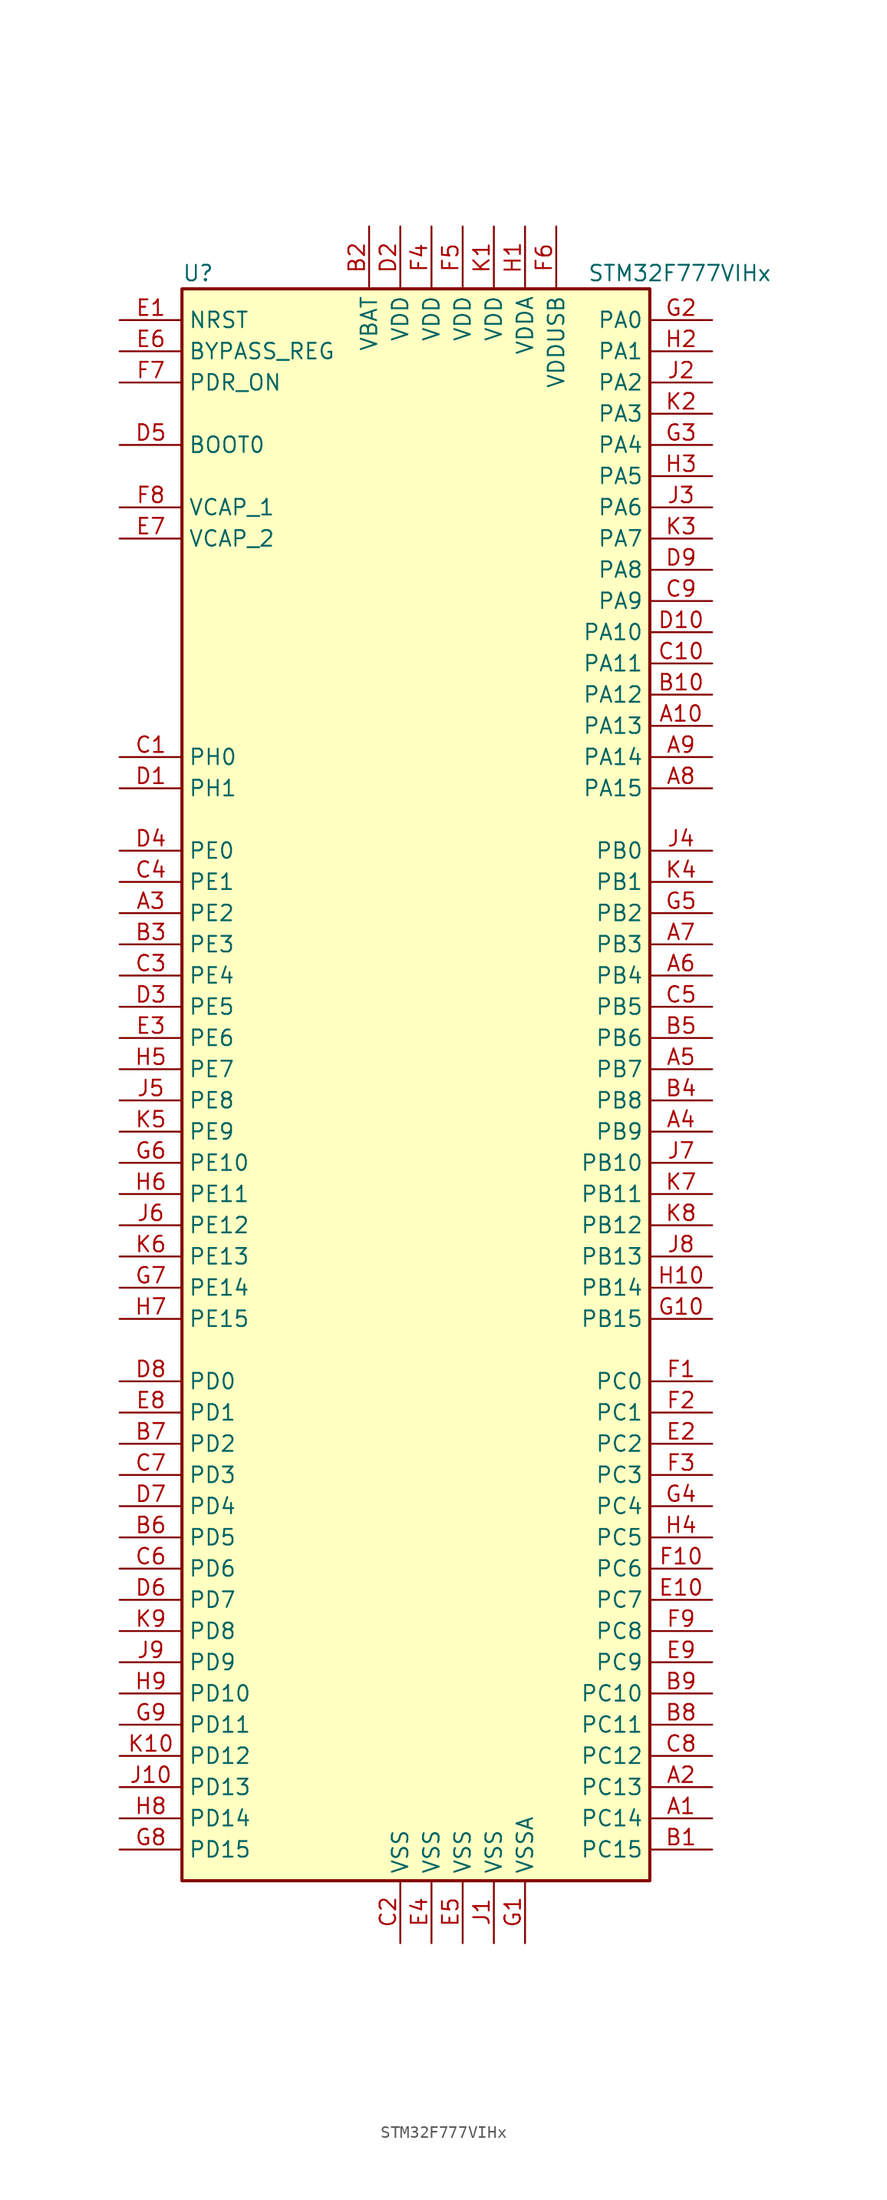
<source format=kicad_sym>
(kicad_symbol_lib
  (version 20201005)
  (generator kicad_symbol_editor)
  (symbol "STM32F777VIHx"
    (property "Reference" "U"
      (at -20.32 64.77 0)
      (effects (font (size 1.27 1.27)) (justify left)))
    (property "Value" "STM32F777VIHx"
      (at 12.7 64.77 0)
      (effects (font (size 1.27 1.27)) (justify left)))
    (symbol "STM32F777VIHx_0_1"
      (rectangle (start -20.32 -66.04) (end 17.78 63.5) (stroke (width 0.254)) (fill (type background))))
    (symbol "STM32F777VIHx_1_1"
      (pin input line (at -25.4 50.8 0) (length 5.08) (name "BOOT0" (effects (font (size 1.27 1.27)))) (number "D5" (effects (font (size 1.27 1.27)))))
      (pin input line (at -25.4 58.42 0) (length 5.08) (name "BYPASS_REG" (effects (font (size 1.27 1.27)))) (number "E6" (effects (font (size 1.27 1.27)))))
      (pin input line (at -25.4 60.96 0) (length 5.08) (name "NRST" (effects (font (size 1.27 1.27)))) (number "E1" (effects (font (size 1.27 1.27)))))
      (pin bidirectional line (at 22.86 60.96 180) (length 5.08) (name "PA0" (effects (font (size 1.27 1.27)))) (number "G2" (effects (font (size 1.27 1.27)))))
      (pin bidirectional line (at 22.86 58.42 180) (length 5.08) (name "PA1" (effects (font (size 1.27 1.27)))) (number "H2" (effects (font (size 1.27 1.27)))))
      (pin bidirectional line (at 22.86 35.56 180) (length 5.08) (name "PA10" (effects (font (size 1.27 1.27)))) (number "D10" (effects (font (size 1.27 1.27)))))
      (pin bidirectional line (at 22.86 33.02 180) (length 5.08) (name "PA11" (effects (font (size 1.27 1.27)))) (number "C10" (effects (font (size 1.27 1.27)))))
      (pin bidirectional line (at 22.86 30.48 180) (length 5.08) (name "PA12" (effects (font (size 1.27 1.27)))) (number "B10" (effects (font (size 1.27 1.27)))))
      (pin bidirectional line (at 22.86 27.94 180) (length 5.08) (name "PA13" (effects (font (size 1.27 1.27)))) (number "A10" (effects (font (size 1.27 1.27)))))
      (pin bidirectional line (at 22.86 25.4 180) (length 5.08) (name "PA14" (effects (font (size 1.27 1.27)))) (number "A9" (effects (font (size 1.27 1.27)))))
      (pin bidirectional line (at 22.86 22.86 180) (length 5.08) (name "PA15" (effects (font (size 1.27 1.27)))) (number "A8" (effects (font (size 1.27 1.27)))))
      (pin bidirectional line (at 22.86 55.88 180) (length 5.08) (name "PA2" (effects (font (size 1.27 1.27)))) (number "J2" (effects (font (size 1.27 1.27)))))
      (pin bidirectional line (at 22.86 53.34 180) (length 5.08) (name "PA3" (effects (font (size 1.27 1.27)))) (number "K2" (effects (font (size 1.27 1.27)))))
      (pin bidirectional line (at 22.86 50.8 180) (length 5.08) (name "PA4" (effects (font (size 1.27 1.27)))) (number "G3" (effects (font (size 1.27 1.27)))))
      (pin bidirectional line (at 22.86 48.26 180) (length 5.08) (name "PA5" (effects (font (size 1.27 1.27)))) (number "H3" (effects (font (size 1.27 1.27)))))
      (pin bidirectional line (at 22.86 45.72 180) (length 5.08) (name "PA6" (effects (font (size 1.27 1.27)))) (number "J3" (effects (font (size 1.27 1.27)))))
      (pin bidirectional line (at 22.86 43.18 180) (length 5.08) (name "PA7" (effects (font (size 1.27 1.27)))) (number "K3" (effects (font (size 1.27 1.27)))))
      (pin bidirectional line (at 22.86 40.64 180) (length 5.08) (name "PA8" (effects (font (size 1.27 1.27)))) (number "D9" (effects (font (size 1.27 1.27)))))
      (pin bidirectional line (at 22.86 38.1 180) (length 5.08) (name "PA9" (effects (font (size 1.27 1.27)))) (number "C9" (effects (font (size 1.27 1.27)))))
      (pin bidirectional line (at 22.86 17.78 180) (length 5.08) (name "PB0" (effects (font (size 1.27 1.27)))) (number "J4" (effects (font (size 1.27 1.27)))))
      (pin bidirectional line (at 22.86 15.24 180) (length 5.08) (name "PB1" (effects (font (size 1.27 1.27)))) (number "K4" (effects (font (size 1.27 1.27)))))
      (pin bidirectional line (at 22.86 -7.62 180) (length 5.08) (name "PB10" (effects (font (size 1.27 1.27)))) (number "J7" (effects (font (size 1.27 1.27)))))
      (pin bidirectional line (at 22.86 -10.16 180) (length 5.08) (name "PB11" (effects (font (size 1.27 1.27)))) (number "K7" (effects (font (size 1.27 1.27)))))
      (pin bidirectional line (at 22.86 -12.7 180) (length 5.08) (name "PB12" (effects (font (size 1.27 1.27)))) (number "K8" (effects (font (size 1.27 1.27)))))
      (pin bidirectional line (at 22.86 -15.24 180) (length 5.08) (name "PB13" (effects (font (size 1.27 1.27)))) (number "J8" (effects (font (size 1.27 1.27)))))
      (pin bidirectional line (at 22.86 -17.78 180) (length 5.08) (name "PB14" (effects (font (size 1.27 1.27)))) (number "H10" (effects (font (size 1.27 1.27)))))
      (pin bidirectional line (at 22.86 -20.32 180) (length 5.08) (name "PB15" (effects (font (size 1.27 1.27)))) (number "G10" (effects (font (size 1.27 1.27)))))
      (pin bidirectional line (at 22.86 12.7 180) (length 5.08) (name "PB2" (effects (font (size 1.27 1.27)))) (number "G5" (effects (font (size 1.27 1.27)))))
      (pin bidirectional line (at 22.86 10.16 180) (length 5.08) (name "PB3" (effects (font (size 1.27 1.27)))) (number "A7" (effects (font (size 1.27 1.27)))))
      (pin bidirectional line (at 22.86 7.62 180) (length 5.08) (name "PB4" (effects (font (size 1.27 1.27)))) (number "A6" (effects (font (size 1.27 1.27)))))
      (pin bidirectional line (at 22.86 5.08 180) (length 5.08) (name "PB5" (effects (font (size 1.27 1.27)))) (number "C5" (effects (font (size 1.27 1.27)))))
      (pin bidirectional line (at 22.86 2.54 180) (length 5.08) (name "PB6" (effects (font (size 1.27 1.27)))) (number "B5" (effects (font (size 1.27 1.27)))))
      (pin bidirectional line (at 22.86 0 180) (length 5.08) (name "PB7" (effects (font (size 1.27 1.27)))) (number "A5" (effects (font (size 1.27 1.27)))))
      (pin bidirectional line (at 22.86 -2.54 180) (length 5.08) (name "PB8" (effects (font (size 1.27 1.27)))) (number "B4" (effects (font (size 1.27 1.27)))))
      (pin bidirectional line (at 22.86 -5.08 180) (length 5.08) (name "PB9" (effects (font (size 1.27 1.27)))) (number "A4" (effects (font (size 1.27 1.27)))))
      (pin bidirectional line (at 22.86 -25.4 180) (length 5.08) (name "PC0" (effects (font (size 1.27 1.27)))) (number "F1" (effects (font (size 1.27 1.27)))))
      (pin bidirectional line (at 22.86 -27.94 180) (length 5.08) (name "PC1" (effects (font (size 1.27 1.27)))) (number "F2" (effects (font (size 1.27 1.27)))))
      (pin bidirectional line (at 22.86 -50.8 180) (length 5.08) (name "PC10" (effects (font (size 1.27 1.27)))) (number "B9" (effects (font (size 1.27 1.27)))))
      (pin bidirectional line (at 22.86 -53.34 180) (length 5.08) (name "PC11" (effects (font (size 1.27 1.27)))) (number "B8" (effects (font (size 1.27 1.27)))))
      (pin bidirectional line (at 22.86 -55.88 180) (length 5.08) (name "PC12" (effects (font (size 1.27 1.27)))) (number "C8" (effects (font (size 1.27 1.27)))))
      (pin bidirectional line (at 22.86 -58.42 180) (length 5.08) (name "PC13" (effects (font (size 1.27 1.27)))) (number "A2" (effects (font (size 1.27 1.27)))))
      (pin bidirectional line (at 22.86 -60.96 180) (length 5.08) (name "PC14" (effects (font (size 1.27 1.27)))) (number "A1" (effects (font (size 1.27 1.27)))))
      (pin bidirectional line (at 22.86 -63.5 180) (length 5.08) (name "PC15" (effects (font (size 1.27 1.27)))) (number "B1" (effects (font (size 1.27 1.27)))))
      (pin bidirectional line (at 22.86 -30.48 180) (length 5.08) (name "PC2" (effects (font (size 1.27 1.27)))) (number "E2" (effects (font (size 1.27 1.27)))))
      (pin bidirectional line (at 22.86 -33.02 180) (length 5.08) (name "PC3" (effects (font (size 1.27 1.27)))) (number "F3" (effects (font (size 1.27 1.27)))))
      (pin bidirectional line (at 22.86 -35.56 180) (length 5.08) (name "PC4" (effects (font (size 1.27 1.27)))) (number "G4" (effects (font (size 1.27 1.27)))))
      (pin bidirectional line (at 22.86 -38.1 180) (length 5.08) (name "PC5" (effects (font (size 1.27 1.27)))) (number "H4" (effects (font (size 1.27 1.27)))))
      (pin bidirectional line (at 22.86 -40.64 180) (length 5.08) (name "PC6" (effects (font (size 1.27 1.27)))) (number "F10" (effects (font (size 1.27 1.27)))))
      (pin bidirectional line (at 22.86 -43.18 180) (length 5.08) (name "PC7" (effects (font (size 1.27 1.27)))) (number "E10" (effects (font (size 1.27 1.27)))))
      (pin bidirectional line (at 22.86 -45.72 180) (length 5.08) (name "PC8" (effects (font (size 1.27 1.27)))) (number "F9" (effects (font (size 1.27 1.27)))))
      (pin bidirectional line (at 22.86 -48.26 180) (length 5.08) (name "PC9" (effects (font (size 1.27 1.27)))) (number "E9" (effects (font (size 1.27 1.27)))))
      (pin bidirectional line (at -25.4 -25.4 0) (length 5.08) (name "PD0" (effects (font (size 1.27 1.27)))) (number "D8" (effects (font (size 1.27 1.27)))))
      (pin bidirectional line (at -25.4 -27.94 0) (length 5.08) (name "PD1" (effects (font (size 1.27 1.27)))) (number "E8" (effects (font (size 1.27 1.27)))))
      (pin bidirectional line (at -25.4 -50.8 0) (length 5.08) (name "PD10" (effects (font (size 1.27 1.27)))) (number "H9" (effects (font (size 1.27 1.27)))))
      (pin bidirectional line (at -25.4 -53.34 0) (length 5.08) (name "PD11" (effects (font (size 1.27 1.27)))) (number "G9" (effects (font (size 1.27 1.27)))))
      (pin bidirectional line (at -25.4 -55.88 0) (length 5.08) (name "PD12" (effects (font (size 1.27 1.27)))) (number "K10" (effects (font (size 1.27 1.27)))))
      (pin bidirectional line (at -25.4 -58.42 0) (length 5.08) (name "PD13" (effects (font (size 1.27 1.27)))) (number "J10" (effects (font (size 1.27 1.27)))))
      (pin bidirectional line (at -25.4 -60.96 0) (length 5.08) (name "PD14" (effects (font (size 1.27 1.27)))) (number "H8" (effects (font (size 1.27 1.27)))))
      (pin bidirectional line (at -25.4 -63.5 0) (length 5.08) (name "PD15" (effects (font (size 1.27 1.27)))) (number "G8" (effects (font (size 1.27 1.27)))))
      (pin bidirectional line (at -25.4 -30.48 0) (length 5.08) (name "PD2" (effects (font (size 1.27 1.27)))) (number "B7" (effects (font (size 1.27 1.27)))))
      (pin bidirectional line (at -25.4 -33.02 0) (length 5.08) (name "PD3" (effects (font (size 1.27 1.27)))) (number "C7" (effects (font (size 1.27 1.27)))))
      (pin bidirectional line (at -25.4 -35.56 0) (length 5.08) (name "PD4" (effects (font (size 1.27 1.27)))) (number "D7" (effects (font (size 1.27 1.27)))))
      (pin bidirectional line (at -25.4 -38.1 0) (length 5.08) (name "PD5" (effects (font (size 1.27 1.27)))) (number "B6" (effects (font (size 1.27 1.27)))))
      (pin bidirectional line (at -25.4 -40.64 0) (length 5.08) (name "PD6" (effects (font (size 1.27 1.27)))) (number "C6" (effects (font (size 1.27 1.27)))))
      (pin bidirectional line (at -25.4 -43.18 0) (length 5.08) (name "PD7" (effects (font (size 1.27 1.27)))) (number "D6" (effects (font (size 1.27 1.27)))))
      (pin bidirectional line (at -25.4 -45.72 0) (length 5.08) (name "PD8" (effects (font (size 1.27 1.27)))) (number "K9" (effects (font (size 1.27 1.27)))))
      (pin bidirectional line (at -25.4 -48.26 0) (length 5.08) (name "PD9" (effects (font (size 1.27 1.27)))) (number "J9" (effects (font (size 1.27 1.27)))))
      (pin input line (at -25.4 55.88 0) (length 5.08) (name "PDR_ON" (effects (font (size 1.27 1.27)))) (number "F7" (effects (font (size 1.27 1.27)))))
      (pin bidirectional line (at -25.4 17.78 0) (length 5.08) (name "PE0" (effects (font (size 1.27 1.27)))) (number "D4" (effects (font (size 1.27 1.27)))))
      (pin bidirectional line (at -25.4 15.24 0) (length 5.08) (name "PE1" (effects (font (size 1.27 1.27)))) (number "C4" (effects (font (size 1.27 1.27)))))
      (pin bidirectional line (at -25.4 -7.62 0) (length 5.08) (name "PE10" (effects (font (size 1.27 1.27)))) (number "G6" (effects (font (size 1.27 1.27)))))
      (pin bidirectional line (at -25.4 -10.16 0) (length 5.08) (name "PE11" (effects (font (size 1.27 1.27)))) (number "H6" (effects (font (size 1.27 1.27)))))
      (pin bidirectional line (at -25.4 -12.7 0) (length 5.08) (name "PE12" (effects (font (size 1.27 1.27)))) (number "J6" (effects (font (size 1.27 1.27)))))
      (pin bidirectional line (at -25.4 -15.24 0) (length 5.08) (name "PE13" (effects (font (size 1.27 1.27)))) (number "K6" (effects (font (size 1.27 1.27)))))
      (pin bidirectional line (at -25.4 -17.78 0) (length 5.08) (name "PE14" (effects (font (size 1.27 1.27)))) (number "G7" (effects (font (size 1.27 1.27)))))
      (pin bidirectional line (at -25.4 -20.32 0) (length 5.08) (name "PE15" (effects (font (size 1.27 1.27)))) (number "H7" (effects (font (size 1.27 1.27)))))
      (pin bidirectional line (at -25.4 12.7 0) (length 5.08) (name "PE2" (effects (font (size 1.27 1.27)))) (number "A3" (effects (font (size 1.27 1.27)))))
      (pin bidirectional line (at -25.4 10.16 0) (length 5.08) (name "PE3" (effects (font (size 1.27 1.27)))) (number "B3" (effects (font (size 1.27 1.27)))))
      (pin bidirectional line (at -25.4 7.62 0) (length 5.08) (name "PE4" (effects (font (size 1.27 1.27)))) (number "C3" (effects (font (size 1.27 1.27)))))
      (pin bidirectional line (at -25.4 5.08 0) (length 5.08) (name "PE5" (effects (font (size 1.27 1.27)))) (number "D3" (effects (font (size 1.27 1.27)))))
      (pin bidirectional line (at -25.4 2.54 0) (length 5.08) (name "PE6" (effects (font (size 1.27 1.27)))) (number "E3" (effects (font (size 1.27 1.27)))))
      (pin bidirectional line (at -25.4 0 0) (length 5.08) (name "PE7" (effects (font (size 1.27 1.27)))) (number "H5" (effects (font (size 1.27 1.27)))))
      (pin bidirectional line (at -25.4 -2.54 0) (length 5.08) (name "PE8" (effects (font (size 1.27 1.27)))) (number "J5" (effects (font (size 1.27 1.27)))))
      (pin bidirectional line (at -25.4 -5.08 0) (length 5.08) (name "PE9" (effects (font (size 1.27 1.27)))) (number "K5" (effects (font (size 1.27 1.27)))))
      (pin input line (at -25.4 25.4 0) (length 5.08) (name "PH0" (effects (font (size 1.27 1.27)))) (number "C1" (effects (font (size 1.27 1.27)))))
      (pin input line (at -25.4 22.86 0) (length 5.08) (name "PH1" (effects (font (size 1.27 1.27)))) (number "D1" (effects (font (size 1.27 1.27)))))
      (pin power_in line (at -5.08 68.58 270) (length 5.08) (name "VBAT" (effects (font (size 1.27 1.27)))) (number "B2" (effects (font (size 1.27 1.27)))))
      (pin power_in line (at -25.4 45.72 0) (length 5.08) (name "VCAP_1" (effects (font (size 1.27 1.27)))) (number "F8" (effects (font (size 1.27 1.27)))))
      (pin power_in line (at -25.4 43.18 0) (length 5.08) (name "VCAP_2" (effects (font (size 1.27 1.27)))) (number "E7" (effects (font (size 1.27 1.27)))))
      (pin power_in line (at -2.54 68.58 270) (length 5.08) (name "VDD" (effects (font (size 1.27 1.27)))) (number "D2" (effects (font (size 1.27 1.27)))))
      (pin power_in line (at 0 68.58 270) (length 5.08) (name "VDD" (effects (font (size 1.27 1.27)))) (number "F4" (effects (font (size 1.27 1.27)))))
      (pin power_in line (at 2.54 68.58 270) (length 5.08) (name "VDD" (effects (font (size 1.27 1.27)))) (number "F5" (effects (font (size 1.27 1.27)))))
      (pin power_in line (at 5.08 68.58 270) (length 5.08) (name "VDD" (effects (font (size 1.27 1.27)))) (number "K1" (effects (font (size 1.27 1.27)))))
      (pin power_in line (at 7.62 68.58 270) (length 5.08) (name "VDDA" (effects (font (size 1.27 1.27)))) (number "H1" (effects (font (size 1.27 1.27)))))
      (pin power_in line (at 10.16 68.58 270) (length 5.08) (name "VDDUSB" (effects (font (size 1.27 1.27)))) (number "F6" (effects (font (size 1.27 1.27)))))
      (pin power_in line (at -2.54 -71.12 90) (length 5.08) (name "VSS" (effects (font (size 1.27 1.27)))) (number "C2" (effects (font (size 1.27 1.27)))))
      (pin power_in line (at 0 -71.12 90) (length 5.08) (name "VSS" (effects (font (size 1.27 1.27)))) (number "E4" (effects (font (size 1.27 1.27)))))
      (pin power_in line (at 2.54 -71.12 90) (length 5.08) (name "VSS" (effects (font (size 1.27 1.27)))) (number "E5" (effects (font (size 1.27 1.27)))))
      (pin power_in line (at 5.08 -71.12 90) (length 5.08) (name "VSS" (effects (font (size 1.27 1.27)))) (number "J1" (effects (font (size 1.27 1.27)))))
      (pin power_in line (at 7.62 -71.12 90) (length 5.08) (name "VSSA" (effects (font (size 1.27 1.27)))) (number "G1" (effects (font (size 1.27 1.27))))))))
</source>
